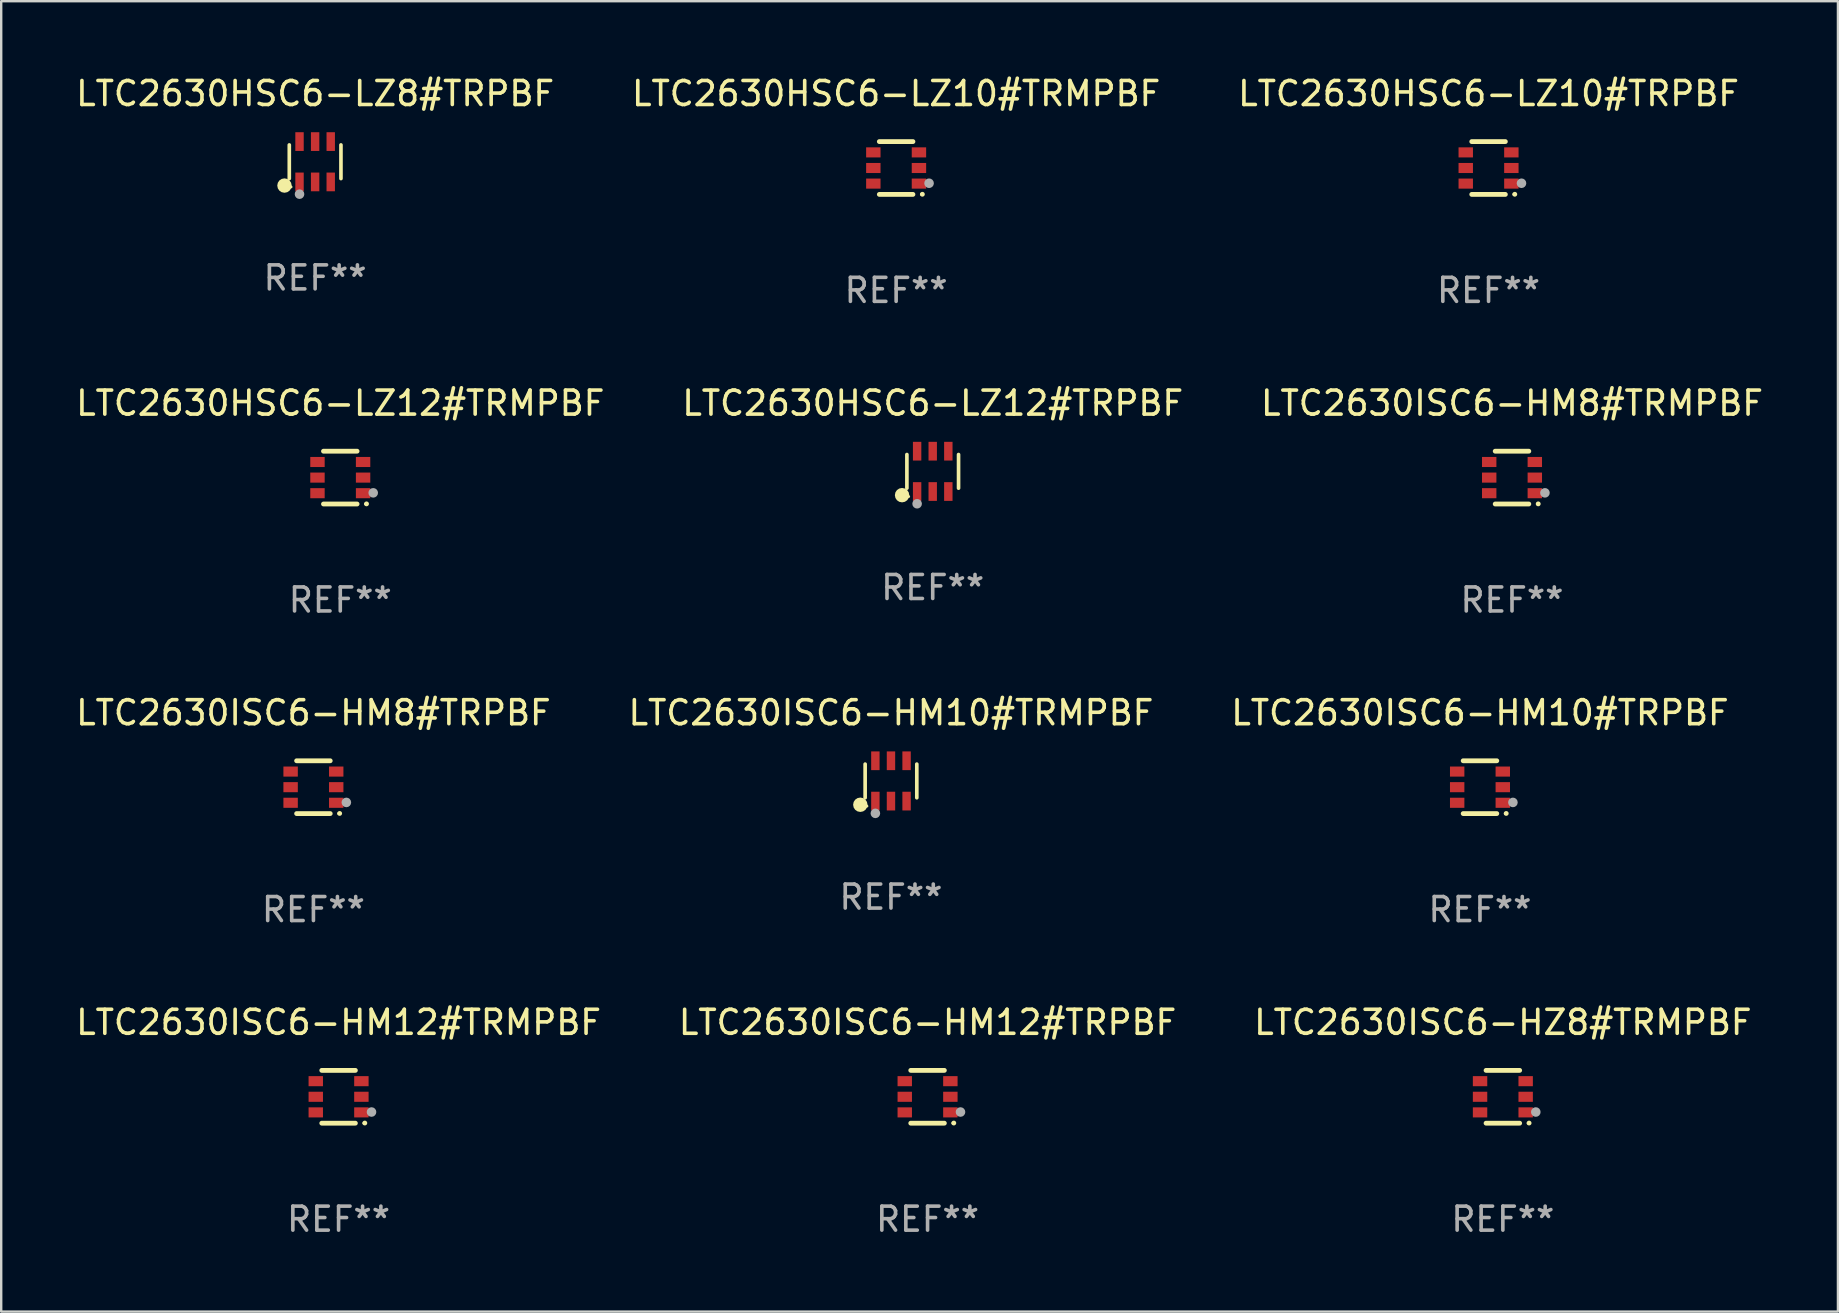
<source format=kicad_pcb>
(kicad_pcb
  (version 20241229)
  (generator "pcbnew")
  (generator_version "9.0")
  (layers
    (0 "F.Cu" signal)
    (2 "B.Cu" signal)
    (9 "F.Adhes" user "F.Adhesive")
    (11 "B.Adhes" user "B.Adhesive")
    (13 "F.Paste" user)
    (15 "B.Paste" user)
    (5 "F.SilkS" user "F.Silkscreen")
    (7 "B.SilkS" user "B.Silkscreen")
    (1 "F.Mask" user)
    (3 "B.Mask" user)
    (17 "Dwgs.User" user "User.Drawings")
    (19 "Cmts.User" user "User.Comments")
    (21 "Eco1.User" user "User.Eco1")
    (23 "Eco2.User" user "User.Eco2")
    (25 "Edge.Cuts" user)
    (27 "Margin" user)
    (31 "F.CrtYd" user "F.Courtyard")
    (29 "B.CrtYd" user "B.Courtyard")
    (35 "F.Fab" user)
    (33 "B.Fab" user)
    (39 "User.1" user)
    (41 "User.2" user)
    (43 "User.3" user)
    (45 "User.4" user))
  (footprint "LTC2630HSC6-LZ12#TRMPBF"
    (layer "F.Cu")
    (at 11.125 16.845)
    (property "Reference" "LTC2630HSC6-LZ12#TRMPBF" (at 0 -3.1 0) (layer "F.SilkS") (effects (font (size 1 1) (thickness 0.15))))
    (attr through_hole)
    (fp_line (start -0.7 -1.1) (end 0.7 -1.1) (stroke (width 0.2) (type solid)) (layer "F.SilkS"))
    (fp_line (start -0.7 1.1) (end 0.7 1.1) (stroke (width 0.2) (type solid)) (layer "F.SilkS"))
    (fp_arc (start 1.090932 1.094209) (mid 1.092202 1.094203) (end 1.093472 1.094209) (stroke (width 0.2) (type solid)) (layer "F.SilkS"))
    (fp_circle (center 1.053 1.1) (end 1.083 1.1) (stroke (width 0.06) (type solid)) (fill no) (layer "F.SilkS"))
    (fp_circle (center 1.372 0.635) (end 1.472 0.635) (stroke (width 0.2) (type solid)) (fill no) (layer "F.Fab"))
    (fp_text user "REF**" (at 0 5.1 0) (layer "F.Fab") (effects (font (size 1 1) (thickness 0.15))))
    (pad "1" smd rect (at 0.95 0.65 90) (size 0.42 0.6) (layers "F.Cu" "F.Mask" "F.Paste"))
    (pad "2" smd rect (at 0.95 0 90) (size 0.42 0.6) (layers "F.Cu" "F.Mask" "F.Paste"))
    (pad "3" smd rect (at 0.95 -0.65 90) (size 0.42 0.6) (layers "F.Cu" "F.Mask" "F.Paste"))
    (pad "4" smd rect (at -0.95 -0.65 270) (size 0.42 0.6) (layers "F.Cu" "F.Mask" "F.Paste"))
    (pad "5" smd rect (at -0.95 0 270) (size 0.42 0.6) (layers "F.Cu" "F.Mask" "F.Paste"))
    (pad "6" smd rect (at -0.95 0.65 270) (size 0.42 0.6) (layers "F.Cu" "F.Mask" "F.Paste")))
  (footprint "LTC2630HSC6-LZ8#TRPBF"
    (layer "F.Cu")
    (at 10.077 3.688)
    (property "Reference" "LTC2630HSC6-LZ8#TRPBF" (at 0 -2.84 0) (layer "F.SilkS") (effects (font (size 1 1) (thickness 0.15))))
    (attr through_hole)
    (fp_line (start -1.076 0.701) (end -1.076 -0.701) (stroke (width 0.152) (type solid)) (layer "F.SilkS"))
    (fp_line (start 1.076 0.701) (end 1.076 -0.701) (stroke (width 0.152) (type solid)) (layer "F.SilkS"))
    (fp_circle (center -1.277 0.992) (end -1.127 0.992) (stroke (width 0.3) (type solid)) (fill no) (layer "F.SilkS"))
    (fp_circle (center -1 1.05) (end -0.97 1.05) (stroke (width 0.06) (type solid)) (fill no) (layer "F.SilkS"))
    (fp_circle (center -0.65 1.35) (end -0.55 1.35) (stroke (width 0.2) (type solid)) (fill no) (layer "F.Fab"))
    (fp_text user "REF**" (at 0 4.84 0) (layer "F.Fab") (effects (font (size 1 1) (thickness 0.15))))
    (pad "1" smd rect (at -0.65 0.84) (size 0.35 0.78) (layers "F.Cu" "F.Mask" "F.Paste"))
    (pad "2" smd rect (at 0 0.84) (size 0.35 0.78) (layers "F.Cu" "F.Mask" "F.Paste"))
    (pad "3" smd rect (at 0.65 0.84) (size 0.35 0.78) (layers "F.Cu" "F.Mask" "F.Paste"))
    (pad "4" smd rect (at 0.65 -0.84) (size 0.35 0.78) (layers "F.Cu" "F.Mask" "F.Paste"))
    (pad "5" smd rect (at 0 -0.84) (size 0.35 0.78) (layers "F.Cu" "F.Mask" "F.Paste"))
    (pad "6" smd rect (at -0.65 -0.84) (size 0.35 0.78) (layers "F.Cu" "F.Mask" "F.Paste")))
  (footprint "LTC2630ISC6-HZ8#TRMPBF"
    (layer "F.Cu")
    (at 59.554 42.638)
    (property "Reference" "LTC2630ISC6-HZ8#TRMPBF" (at 0 -3.1 0) (layer "F.SilkS") (effects (font (size 1 1) (thickness 0.15))))
    (attr through_hole)
    (fp_line (start -0.7 -1.1) (end 0.7 -1.1) (stroke (width 0.2) (type solid)) (layer "F.SilkS"))
    (fp_line (start -0.7 1.1) (end 0.7 1.1) (stroke (width 0.2) (type solid)) (layer "F.SilkS"))
    (fp_arc (start 1.090932 1.094209) (mid 1.092202 1.094203) (end 1.093472 1.094209) (stroke (width 0.2) (type solid)) (layer "F.SilkS"))
    (fp_circle (center 1.053 1.1) (end 1.083 1.1) (stroke (width 0.06) (type solid)) (fill no) (layer "F.SilkS"))
    (fp_circle (center 1.372 0.635) (end 1.472 0.635) (stroke (width 0.2) (type solid)) (fill no) (layer "F.Fab"))
    (fp_text user "REF**" (at 0 5.1 0) (layer "F.Fab") (effects (font (size 1 1) (thickness 0.15))))
    (pad "1" smd rect (at 0.95 0.65 90) (size 0.42 0.6) (layers "F.Cu" "F.Mask" "F.Paste"))
    (pad "2" smd rect (at 0.95 0 90) (size 0.42 0.6) (layers "F.Cu" "F.Mask" "F.Paste"))
    (pad "3" smd rect (at 0.95 -0.65 90) (size 0.42 0.6) (layers "F.Cu" "F.Mask" "F.Paste"))
    (pad "4" smd rect (at -0.95 -0.65 270) (size 0.42 0.6) (layers "F.Cu" "F.Mask" "F.Paste"))
    (pad "5" smd rect (at -0.95 0 270) (size 0.42 0.6) (layers "F.Cu" "F.Mask" "F.Paste"))
    (pad "6" smd rect (at -0.95 0.65 270) (size 0.42 0.6) (layers "F.Cu" "F.Mask" "F.Paste")))
  (footprint "LTC2630ISC6-HM8#TRMPBF"
    (layer "F.Cu")
    (at 59.935 16.845)
    (property "Reference" "LTC2630ISC6-HM8#TRMPBF" (at 0 -3.1 0) (layer "F.SilkS") (effects (font (size 1 1) (thickness 0.15))))
    (attr through_hole)
    (fp_line (start -0.7 -1.1) (end 0.7 -1.1) (stroke (width 0.2) (type solid)) (layer "F.SilkS"))
    (fp_line (start -0.7 1.1) (end 0.7 1.1) (stroke (width 0.2) (type solid)) (layer "F.SilkS"))
    (fp_arc (start 1.090932 1.094209) (mid 1.092202 1.094203) (end 1.093472 1.094209) (stroke (width 0.2) (type solid)) (layer "F.SilkS"))
    (fp_circle (center 1.053 1.1) (end 1.083 1.1) (stroke (width 0.06) (type solid)) (fill no) (layer "F.SilkS"))
    (fp_circle (center 1.372 0.635) (end 1.472 0.635) (stroke (width 0.2) (type solid)) (fill no) (layer "F.Fab"))
    (fp_text user "REF**" (at 0 5.1 0) (layer "F.Fab") (effects (font (size 1 1) (thickness 0.15))))
    (pad "1" smd rect (at 0.95 0.65 90) (size 0.42 0.6) (layers "F.Cu" "F.Mask" "F.Paste"))
    (pad "2" smd rect (at 0.95 0 90) (size 0.42 0.6) (layers "F.Cu" "F.Mask" "F.Paste"))
    (pad "3" smd rect (at 0.95 -0.65 90) (size 0.42 0.6) (layers "F.Cu" "F.Mask" "F.Paste"))
    (pad "4" smd rect (at -0.95 -0.65 270) (size 0.42 0.6) (layers "F.Cu" "F.Mask" "F.Paste"))
    (pad "5" smd rect (at -0.95 0 270) (size 0.42 0.6) (layers "F.Cu" "F.Mask" "F.Paste"))
    (pad "6" smd rect (at -0.95 0.65 270) (size 0.42 0.6) (layers "F.Cu" "F.Mask" "F.Paste")))
  (footprint "LTC2630ISC6-HM12#TRPBF"
    (layer "F.Cu")
    (at 35.589 42.638)
    (property "Reference" "LTC2630ISC6-HM12#TRPBF" (at 0 -3.1 0) (layer "F.SilkS") (effects (font (size 1 1) (thickness 0.15))))
    (attr through_hole)
    (fp_line (start -0.7 -1.1) (end 0.7 -1.1) (stroke (width 0.2) (type solid)) (layer "F.SilkS"))
    (fp_line (start -0.7 1.1) (end 0.7 1.1) (stroke (width 0.2) (type solid)) (layer "F.SilkS"))
    (fp_arc (start 1.090932 1.094209) (mid 1.092202 1.094203) (end 1.093472 1.094209) (stroke (width 0.2) (type solid)) (layer "F.SilkS"))
    (fp_circle (center 1.053 1.1) (end 1.083 1.1) (stroke (width 0.06) (type solid)) (fill no) (layer "F.SilkS"))
    (fp_circle (center 1.372 0.635) (end 1.472 0.635) (stroke (width 0.2) (type solid)) (fill no) (layer "F.Fab"))
    (fp_text user "REF**" (at 0 5.1 0) (layer "F.Fab") (effects (font (size 1 1) (thickness 0.15))))
    (pad "1" smd rect (at 0.95 0.65 90) (size 0.42 0.6) (layers "F.Cu" "F.Mask" "F.Paste"))
    (pad "2" smd rect (at 0.95 0 90) (size 0.42 0.6) (layers "F.Cu" "F.Mask" "F.Paste"))
    (pad "3" smd rect (at 0.95 -0.65 90) (size 0.42 0.6) (layers "F.Cu" "F.Mask" "F.Paste"))
    (pad "4" smd rect (at -0.95 -0.65 270) (size 0.42 0.6) (layers "F.Cu" "F.Mask" "F.Paste"))
    (pad "5" smd rect (at -0.95 0 270) (size 0.42 0.6) (layers "F.Cu" "F.Mask" "F.Paste"))
    (pad "6" smd rect (at -0.95 0.65 270) (size 0.42 0.6) (layers "F.Cu" "F.Mask" "F.Paste")))
  (footprint "LTC2630HSC6-LZ10#TRMPBF"
    (layer "F.Cu")
    (at 34.28 3.948)
    (property "Reference" "LTC2630HSC6-LZ10#TRMPBF" (at 0 -3.1 0) (layer "F.SilkS") (effects (font (size 1 1) (thickness 0.15))))
    (attr through_hole)
    (fp_line (start -0.7 -1.1) (end 0.7 -1.1) (stroke (width 0.2) (type solid)) (layer "F.SilkS"))
    (fp_line (start -0.7 1.1) (end 0.7 1.1) (stroke (width 0.2) (type solid)) (layer "F.SilkS"))
    (fp_arc (start 1.090932 1.094209) (mid 1.092202 1.094203) (end 1.093472 1.094209) (stroke (width 0.2) (type solid)) (layer "F.SilkS"))
    (fp_circle (center 1.053 1.1) (end 1.083 1.1) (stroke (width 0.06) (type solid)) (fill no) (layer "F.SilkS"))
    (fp_circle (center 1.372 0.635) (end 1.472 0.635) (stroke (width 0.2) (type solid)) (fill no) (layer "F.Fab"))
    (fp_text user "REF**" (at 0 5.1 0) (layer "F.Fab") (effects (font (size 1 1) (thickness 0.15))))
    (pad "1" smd rect (at 0.95 0.65 90) (size 0.42 0.6) (layers "F.Cu" "F.Mask" "F.Paste"))
    (pad "2" smd rect (at 0.95 0 90) (size 0.42 0.6) (layers "F.Cu" "F.Mask" "F.Paste"))
    (pad "3" smd rect (at 0.95 -0.65 90) (size 0.42 0.6) (layers "F.Cu" "F.Mask" "F.Paste"))
    (pad "4" smd rect (at -0.95 -0.65 270) (size 0.42 0.6) (layers "F.Cu" "F.Mask" "F.Paste"))
    (pad "5" smd rect (at -0.95 0 270) (size 0.42 0.6) (layers "F.Cu" "F.Mask" "F.Paste"))
    (pad "6" smd rect (at -0.95 0.65 270) (size 0.42 0.6) (layers "F.Cu" "F.Mask" "F.Paste")))
  (footprint "LTC2630HSC6-LZ10#TRPBF"
    (layer "F.Cu")
    (at 58.958 3.948)
    (property "Reference" "LTC2630HSC6-LZ10#TRPBF" (at 0 -3.1 0) (layer "F.SilkS") (effects (font (size 1 1) (thickness 0.15))))
    (attr through_hole)
    (fp_line (start -0.7 -1.1) (end 0.7 -1.1) (stroke (width 0.2) (type solid)) (layer "F.SilkS"))
    (fp_line (start -0.7 1.1) (end 0.7 1.1) (stroke (width 0.2) (type solid)) (layer "F.SilkS"))
    (fp_arc (start 1.090932 1.094209) (mid 1.092202 1.094203) (end 1.093472 1.094209) (stroke (width 0.2) (type solid)) (layer "F.SilkS"))
    (fp_circle (center 1.053 1.1) (end 1.083 1.1) (stroke (width 0.06) (type solid)) (fill no) (layer "F.SilkS"))
    (fp_circle (center 1.372 0.635) (end 1.472 0.635) (stroke (width 0.2) (type solid)) (fill no) (layer "F.Fab"))
    (fp_text user "REF**" (at 0 5.1 0) (layer "F.Fab") (effects (font (size 1 1) (thickness 0.15))))
    (pad "1" smd rect (at 0.95 0.65 90) (size 0.42 0.6) (layers "F.Cu" "F.Mask" "F.Paste"))
    (pad "2" smd rect (at 0.95 0 90) (size 0.42 0.6) (layers "F.Cu" "F.Mask" "F.Paste"))
    (pad "3" smd rect (at 0.95 -0.65 90) (size 0.42 0.6) (layers "F.Cu" "F.Mask" "F.Paste"))
    (pad "4" smd rect (at -0.95 -0.65 270) (size 0.42 0.6) (layers "F.Cu" "F.Mask" "F.Paste"))
    (pad "5" smd rect (at -0.95 0 270) (size 0.42 0.6) (layers "F.Cu" "F.Mask" "F.Paste"))
    (pad "6" smd rect (at -0.95 0.65 270) (size 0.42 0.6) (layers "F.Cu" "F.Mask" "F.Paste")))
  (footprint "LTC2630ISC6-HM12#TRMPBF"
    (layer "F.Cu")
    (at 11.054 42.638)
    (property "Reference" "LTC2630ISC6-HM12#TRMPBF" (at 0 -3.1 0) (layer "F.SilkS") (effects (font (size 1 1) (thickness 0.15))))
    (attr through_hole)
    (fp_line (start -0.7 -1.1) (end 0.7 -1.1) (stroke (width 0.2) (type solid)) (layer "F.SilkS"))
    (fp_line (start -0.7 1.1) (end 0.7 1.1) (stroke (width 0.2) (type solid)) (layer "F.SilkS"))
    (fp_arc (start 1.090932 1.094209) (mid 1.092202 1.094203) (end 1.093472 1.094209) (stroke (width 0.2) (type solid)) (layer "F.SilkS"))
    (fp_circle (center 1.053 1.1) (end 1.083 1.1) (stroke (width 0.06) (type solid)) (fill no) (layer "F.SilkS"))
    (fp_circle (center 1.372 0.635) (end 1.472 0.635) (stroke (width 0.2) (type solid)) (fill no) (layer "F.Fab"))
    (fp_text user "REF**" (at 0 5.1 0) (layer "F.Fab") (effects (font (size 1 1) (thickness 0.15))))
    (pad "1" smd rect (at 0.95 0.65 90) (size 0.42 0.6) (layers "F.Cu" "F.Mask" "F.Paste"))
    (pad "2" smd rect (at 0.95 0 90) (size 0.42 0.6) (layers "F.Cu" "F.Mask" "F.Paste"))
    (pad "3" smd rect (at 0.95 -0.65 90) (size 0.42 0.6) (layers "F.Cu" "F.Mask" "F.Paste"))
    (pad "4" smd rect (at -0.95 -0.65 270) (size 0.42 0.6) (layers "F.Cu" "F.Mask" "F.Paste"))
    (pad "5" smd rect (at -0.95 0 270) (size 0.42 0.6) (layers "F.Cu" "F.Mask" "F.Paste"))
    (pad "6" smd rect (at -0.95 0.65 270) (size 0.42 0.6) (layers "F.Cu" "F.Mask" "F.Paste")))
  (footprint "LTC2630HSC6-LZ12#TRPBF"
    (layer "F.Cu")
    (at 35.804 16.585)
    (property "Reference" "LTC2630HSC6-LZ12#TRPBF" (at 0 -2.84 0) (layer "F.SilkS") (effects (font (size 1 1) (thickness 0.15))))
    (attr through_hole)
    (fp_line (start -1.076 0.701) (end -1.076 -0.701) (stroke (width 0.152) (type solid)) (layer "F.SilkS"))
    (fp_line (start 1.076 0.701) (end 1.076 -0.701) (stroke (width 0.152) (type solid)) (layer "F.SilkS"))
    (fp_circle (center -1.277 0.992) (end -1.127 0.992) (stroke (width 0.3) (type solid)) (fill no) (layer "F.SilkS"))
    (fp_circle (center -1 1.05) (end -0.97 1.05) (stroke (width 0.06) (type solid)) (fill no) (layer "F.SilkS"))
    (fp_circle (center -0.65 1.35) (end -0.55 1.35) (stroke (width 0.2) (type solid)) (fill no) (layer "F.Fab"))
    (fp_text user "REF**" (at 0 4.84 0) (layer "F.Fab") (effects (font (size 1 1) (thickness 0.15))))
    (pad "1" smd rect (at -0.65 0.84) (size 0.35 0.78) (layers "F.Cu" "F.Mask" "F.Paste"))
    (pad "2" smd rect (at 0 0.84) (size 0.35 0.78) (layers "F.Cu" "F.Mask" "F.Paste"))
    (pad "3" smd rect (at 0.65 0.84) (size 0.35 0.78) (layers "F.Cu" "F.Mask" "F.Paste"))
    (pad "4" smd rect (at 0.65 -0.84) (size 0.35 0.78) (layers "F.Cu" "F.Mask" "F.Paste"))
    (pad "5" smd rect (at 0 -0.84) (size 0.35 0.78) (layers "F.Cu" "F.Mask" "F.Paste"))
    (pad "6" smd rect (at -0.65 -0.84) (size 0.35 0.78) (layers "F.Cu" "F.Mask" "F.Paste")))
  (footprint "LTC2630ISC6-HM10#TRPBF"
    (layer "F.Cu")
    (at 58.601 29.741)
    (property "Reference" "LTC2630ISC6-HM10#TRPBF" (at 0 -3.1 0) (layer "F.SilkS") (effects (font (size 1 1) (thickness 0.15))))
    (attr through_hole)
    (fp_line (start -0.7 -1.1) (end 0.7 -1.1) (stroke (width 0.2) (type solid)) (layer "F.SilkS"))
    (fp_line (start -0.7 1.1) (end 0.7 1.1) (stroke (width 0.2) (type solid)) (layer "F.SilkS"))
    (fp_arc (start 1.090932 1.094209) (mid 1.092202 1.094203) (end 1.093472 1.094209) (stroke (width 0.2) (type solid)) (layer "F.SilkS"))
    (fp_circle (center 1.053 1.1) (end 1.083 1.1) (stroke (width 0.06) (type solid)) (fill no) (layer "F.SilkS"))
    (fp_circle (center 1.372 0.635) (end 1.472 0.635) (stroke (width 0.2) (type solid)) (fill no) (layer "F.Fab"))
    (fp_text user "REF**" (at 0 5.1 0) (layer "F.Fab") (effects (font (size 1 1) (thickness 0.15))))
    (pad "1" smd rect (at 0.95 0.65 90) (size 0.42 0.6) (layers "F.Cu" "F.Mask" "F.Paste"))
    (pad "2" smd rect (at 0.95 0 90) (size 0.42 0.6) (layers "F.Cu" "F.Mask" "F.Paste"))
    (pad "3" smd rect (at 0.95 -0.65 90) (size 0.42 0.6) (layers "F.Cu" "F.Mask" "F.Paste"))
    (pad "4" smd rect (at -0.95 -0.65 270) (size 0.42 0.6) (layers "F.Cu" "F.Mask" "F.Paste"))
    (pad "5" smd rect (at -0.95 0 270) (size 0.42 0.6) (layers "F.Cu" "F.Mask" "F.Paste"))
    (pad "6" smd rect (at -0.95 0.65 270) (size 0.42 0.6) (layers "F.Cu" "F.Mask" "F.Paste")))
  (footprint "LTC2630ISC6-HM10#TRMPBF"
    (layer "F.Cu")
    (at 34.065 29.481)
    (property "Reference" "LTC2630ISC6-HM10#TRMPBF" (at 0 -2.84 0) (layer "F.SilkS") (effects (font (size 1 1) (thickness 0.15))))
    (attr through_hole)
    (fp_line (start -1.076 0.701) (end -1.076 -0.701) (stroke (width 0.152) (type solid)) (layer "F.SilkS"))
    (fp_line (start 1.076 0.701) (end 1.076 -0.701) (stroke (width 0.152) (type solid)) (layer "F.SilkS"))
    (fp_circle (center -1.277 0.992) (end -1.127 0.992) (stroke (width 0.3) (type solid)) (fill no) (layer "F.SilkS"))
    (fp_circle (center -1 1.05) (end -0.97 1.05) (stroke (width 0.06) (type solid)) (fill no) (layer "F.SilkS"))
    (fp_circle (center -0.65 1.35) (end -0.55 1.35) (stroke (width 0.2) (type solid)) (fill no) (layer "F.Fab"))
    (fp_text user "REF**" (at 0 4.84 0) (layer "F.Fab") (effects (font (size 1 1) (thickness 0.15))))
    (pad "1" smd rect (at -0.65 0.84) (size 0.35 0.78) (layers "F.Cu" "F.Mask" "F.Paste"))
    (pad "2" smd rect (at 0 0.84) (size 0.35 0.78) (layers "F.Cu" "F.Mask" "F.Paste"))
    (pad "3" smd rect (at 0.65 0.84) (size 0.35 0.78) (layers "F.Cu" "F.Mask" "F.Paste"))
    (pad "4" smd rect (at 0.65 -0.84) (size 0.35 0.78) (layers "F.Cu" "F.Mask" "F.Paste"))
    (pad "5" smd rect (at 0 -0.84) (size 0.35 0.78) (layers "F.Cu" "F.Mask" "F.Paste"))
    (pad "6" smd rect (at -0.65 -0.84) (size 0.35 0.78) (layers "F.Cu" "F.Mask" "F.Paste")))
  (footprint "LTC2630ISC6-HM8#TRPBF"
    (layer "F.Cu")
    (at 10.006 29.741)
    (property "Reference" "LTC2630ISC6-HM8#TRPBF" (at 0 -3.1 0) (layer "F.SilkS") (effects (font (size 1 1) (thickness 0.15))))
    (attr through_hole)
    (fp_line (start -0.7 -1.1) (end 0.7 -1.1) (stroke (width 0.2) (type solid)) (layer "F.SilkS"))
    (fp_line (start -0.7 1.1) (end 0.7 1.1) (stroke (width 0.2) (type solid)) (layer "F.SilkS"))
    (fp_arc (start 1.090932 1.094209) (mid 1.092202 1.094203) (end 1.093472 1.094209) (stroke (width 0.2) (type solid)) (layer "F.SilkS"))
    (fp_circle (center 1.053 1.1) (end 1.083 1.1) (stroke (width 0.06) (type solid)) (fill no) (layer "F.SilkS"))
    (fp_circle (center 1.372 0.635) (end 1.472 0.635) (stroke (width 0.2) (type solid)) (fill no) (layer "F.Fab"))
    (fp_text user "REF**" (at 0 5.1 0) (layer "F.Fab") (effects (font (size 1 1) (thickness 0.15))))
    (pad "1" smd rect (at 0.95 0.65 90) (size 0.42 0.6) (layers "F.Cu" "F.Mask" "F.Paste"))
    (pad "2" smd rect (at 0.95 0 90) (size 0.42 0.6) (layers "F.Cu" "F.Mask" "F.Paste"))
    (pad "3" smd rect (at 0.95 -0.65 90) (size 0.42 0.6) (layers "F.Cu" "F.Mask" "F.Paste"))
    (pad "4" smd rect (at -0.95 -0.65 270) (size 0.42 0.6) (layers "F.Cu" "F.Mask" "F.Paste"))
    (pad "5" smd rect (at -0.95 0 270) (size 0.42 0.6) (layers "F.Cu" "F.Mask" "F.Paste"))
    (pad "6" smd rect (at -0.95 0.65 270) (size 0.42 0.6) (layers "F.Cu" "F.Mask" "F.Paste")))
  (gr_rect
    (start -3 -3)
    (end 73.512 51.586)
    (stroke (width 0.1) (type default))
    (fill no)
    (layer "Edge.Cuts")))
</source>
